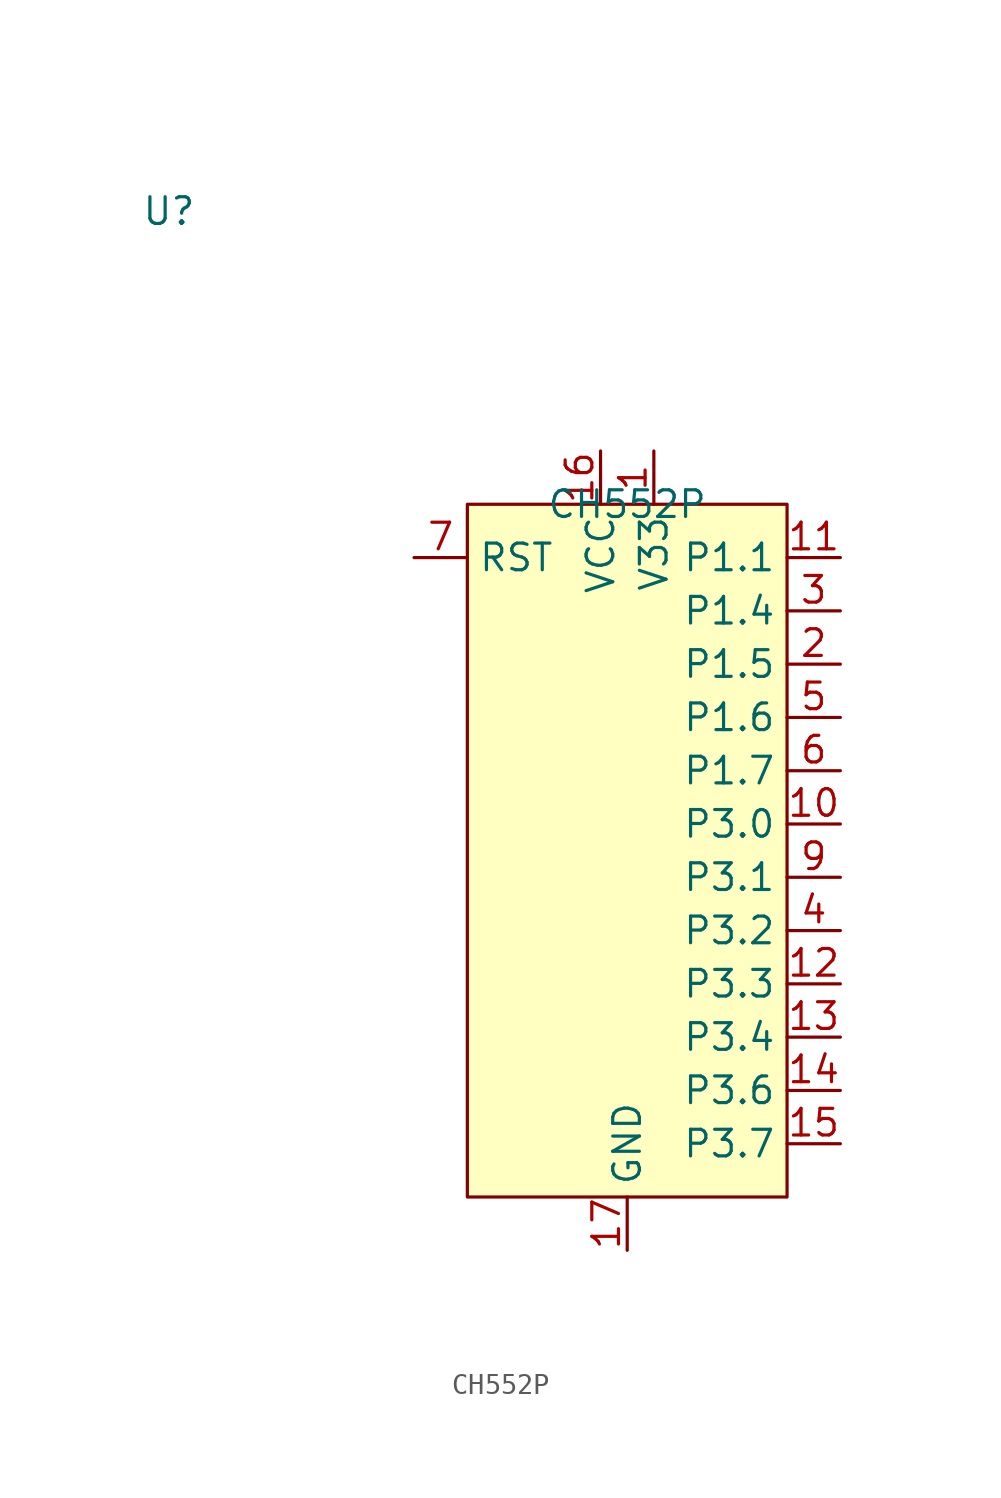
<source format=kicad_sym>
(kicad_symbol_lib
  (version 20231120)
  (generator "kicad_symbol_editor")
  (generator_version "8.0")
  (symbol "CH552P"
    (property "Reference" "U"
      (at -21.844 13.97 0)
      (effects (font (size 1.27 1.27))))
    (property "Value" "CH552P"
      (at 0 0 0)
      (effects (font (size 1.27 1.27))))
    (symbol "CH552P_1_1"
      (rectangle (start -7.62 0) (end 7.62 -33.02) (stroke (width 0) (type default)) (fill (type background)))
      (pin power_in line (at 1.27 2.54 270) (length 2.54) (name "V33" (effects (font (size 1.27 1.27)))) (number "1" (effects (font (size 1.27 1.27)))))
      (pin bidirectional line (at 10.16 -15.24 180) (length 2.54) (name "P3.0" (effects (font (size 1.27 1.27)))) (number "10" (effects (font (size 1.27 1.27)))))
      (pin bidirectional line (at 10.16 -2.54 180) (length 2.54) (name "P1.1" (effects (font (size 1.27 1.27)))) (number "11" (effects (font (size 1.27 1.27)))))
      (pin bidirectional line (at 10.16 -22.86 180) (length 2.54) (name "P3.3" (effects (font (size 1.27 1.27)))) (number "12" (effects (font (size 1.27 1.27)))))
      (pin bidirectional line (at 10.16 -25.4 180) (length 2.54) (name "P3.4" (effects (font (size 1.27 1.27)))) (number "13" (effects (font (size 1.27 1.27)))))
      (pin bidirectional line (at 10.16 -27.94 180) (length 2.54) (name "P3.6" (effects (font (size 1.27 1.27)))) (number "14" (effects (font (size 1.27 1.27)))))
      (pin bidirectional line (at 10.16 -30.48 180) (length 2.54) (name "P3.7" (effects (font (size 1.27 1.27)))) (number "15" (effects (font (size 1.27 1.27)))))
      (pin power_in line (at -1.27 2.54 270) (length 2.54) (name "VCC" (effects (font (size 1.27 1.27)))) (number "16" (effects (font (size 1.27 1.27)))))
      (pin power_in line (at 0 -35.56 90) (length 2.54) (name "GND" (effects (font (size 1.27 1.27)))) (number "17" (effects (font (size 1.27 1.27)))))
      (pin bidirectional line (at 10.16 -7.62 180) (length 2.54) (name "P1.5" (effects (font (size 1.27 1.27)))) (number "2" (effects (font (size 1.27 1.27)))))
      (pin bidirectional line (at 10.16 -5.08 180) (length 2.54) (name "P1.4" (effects (font (size 1.27 1.27)))) (number "3" (effects (font (size 1.27 1.27)))))
      (pin bidirectional line (at 10.16 -20.32 180) (length 2.54) (name "P3.2" (effects (font (size 1.27 1.27)))) (number "4" (effects (font (size 1.27 1.27)))))
      (pin bidirectional line (at 10.16 -10.16 180) (length 2.54) (name "P1.6" (effects (font (size 1.27 1.27)))) (number "5" (effects (font (size 1.27 1.27)))))
      (pin bidirectional line (at 10.16 -12.7 180) (length 2.54) (name "P1.7" (effects (font (size 1.27 1.27)))) (number "6" (effects (font (size 1.27 1.27)))))
      (pin input line (at -10.16 -2.54 0) (length 2.54) (name "RST" (effects (font (size 1.27 1.27)))) (number "7" (effects (font (size 1.27 1.27)))))
      (pin bidirectional line (at 10.16 -17.78 180) (length 2.54) (name "P3.1" (effects (font (size 1.27 1.27)))) (number "9" (effects (font (size 1.27 1.27))))))))
</source>
